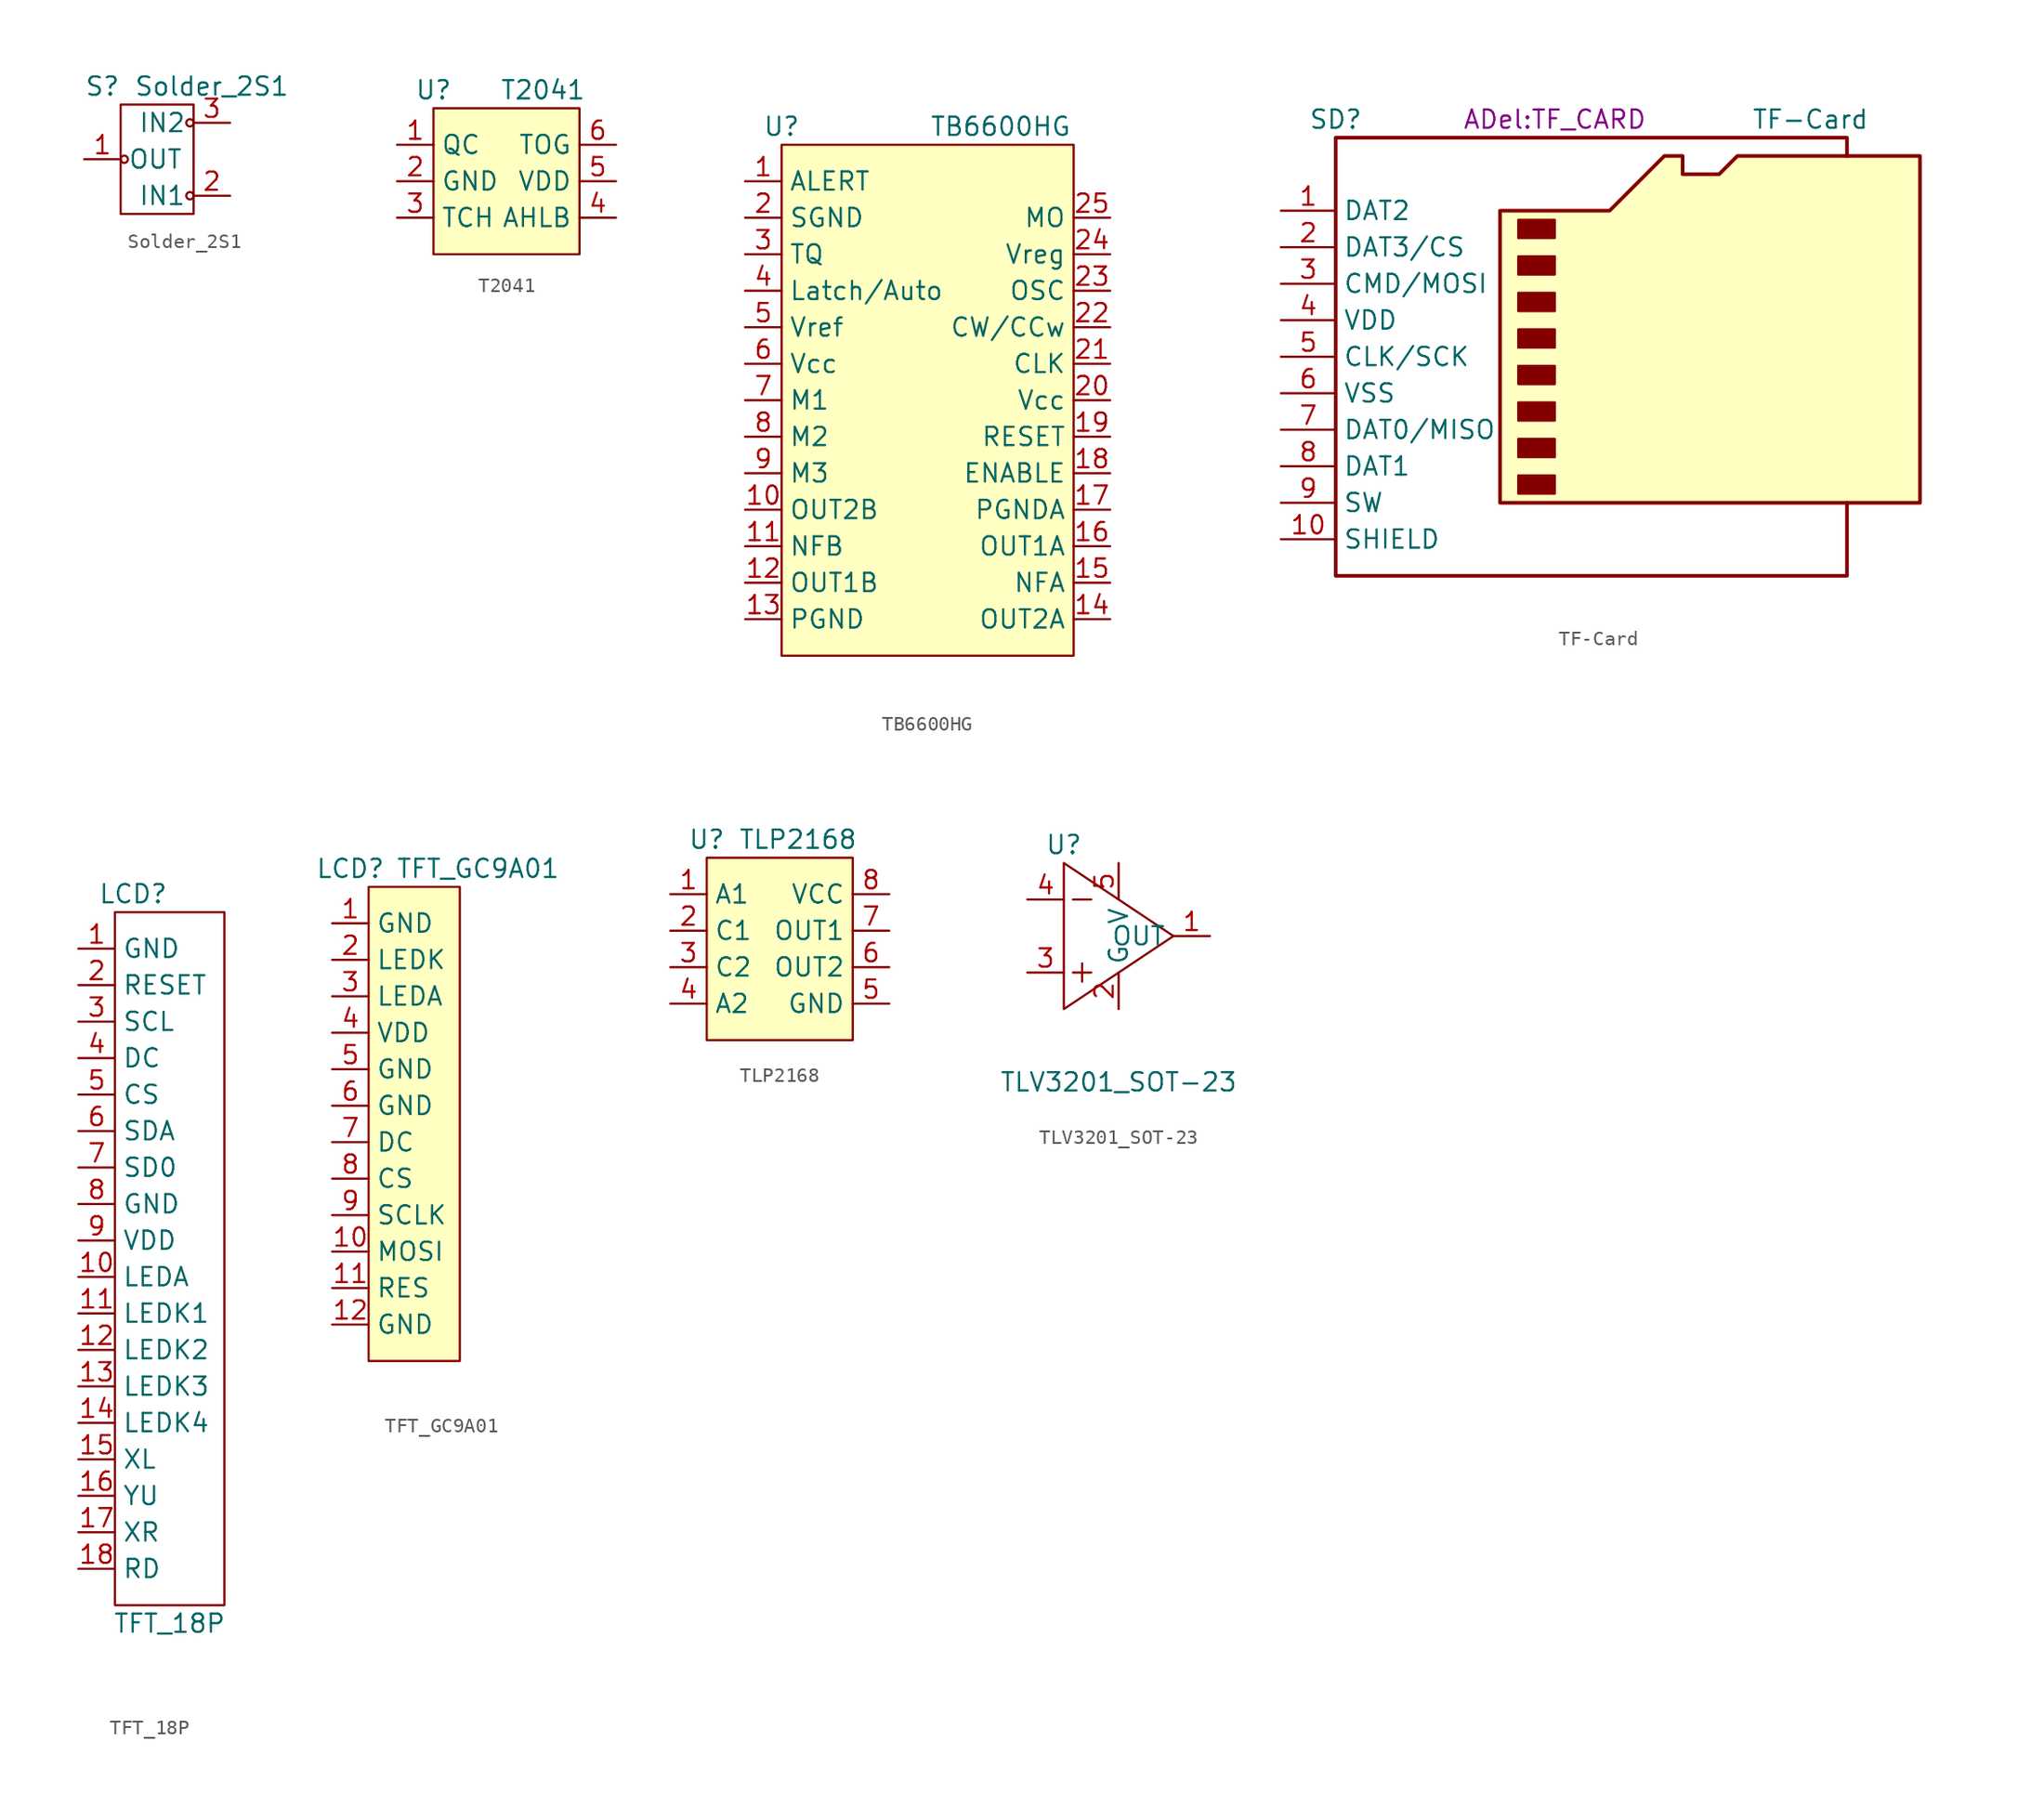
<source format=kicad_sym>
(kicad_symbol_lib
  (version 20220914)
  (generator kicad_symbol_editor)
  (symbol "Solder_2S1"
    (property "Reference" "S"
      (at -1.27 5.08 0)
      (effects (font (size 1.27 1.27))))
    (property "Value" "Solder_2S1"
      (at 6.35 5.08 0)
      (effects (font (size 1.27 1.27))))
    (symbol "Solder_2S1_0_1"
      (rectangle (start 0 3.81) (end 5.08 -3.81) (stroke (width 0) (type default)) (fill (type none)))
      (circle (center 0.254 0) (radius 0.254) (stroke (width 0) (type default)) (fill (type none)))
      (circle (center 4.826 -2.54) (radius 0.254) (stroke (width 0) (type default)) (fill (type none)))
      (circle (center 4.826 2.54) (radius 0.254) (stroke (width 0) (type default)) (fill (type none))))
    (symbol "Solder_2S1_1_1"
      (pin passive line (at -2.54 0 0) (length 2.54) (name "OUT" (effects (font (size 1.27 1.27)))) (number "1" (effects (font (size 1.27 1.27)))))
      (pin passive line (at 7.62 -2.54 180) (length 2.54) (name "IN1" (effects (font (size 1.27 1.27)))) (number "2" (effects (font (size 1.27 1.27)))))
      (pin passive line (at 7.62 2.54 180) (length 2.54) (name "IN2" (effects (font (size 1.27 1.27)))) (number "3" (effects (font (size 1.27 1.27)))))))
  (symbol "T2041"
    (property "Reference" "U"
      (at 0 1.27 0)
      (effects (font (size 1.27 1.27))))
    (property "Value" "T2041"
      (at 7.62 1.27 0)
      (effects (font (size 1.27 1.27))))
    (symbol "T2041_0_1"
      (rectangle (start 0 0) (end 10.16 -10.16) (stroke (width 0) (type default)) (fill (type background))))
    (symbol "T2041_1_1"
      (pin output line (at -2.54 -2.54 0) (length 2.54) (name "QC" (effects (font (size 1.27 1.27)))) (number "1" (effects (font (size 1.27 1.27)))))
      (pin power_in line (at -2.54 -5.08 0) (length 2.54) (name "GND" (effects (font (size 1.27 1.27)))) (number "2" (effects (font (size 1.27 1.27)))))
      (pin input line (at -2.54 -7.62 0) (length 2.54) (name "TCH" (effects (font (size 1.27 1.27)))) (number "3" (effects (font (size 1.27 1.27)))))
      (pin input line (at 12.7 -7.62 180) (length 2.54) (name "AHLB" (effects (font (size 1.27 1.27)))) (number "4" (effects (font (size 1.27 1.27)))))
      (pin power_in line (at 12.7 -5.08 180) (length 2.54) (name "VDD" (effects (font (size 1.27 1.27)))) (number "5" (effects (font (size 1.27 1.27)))))
      (pin input line (at 12.7 -2.54 180) (length 2.54) (name "TOG" (effects (font (size 1.27 1.27)))) (number "6" (effects (font (size 1.27 1.27)))))))
  (symbol "TB6600HG"
    (property "Reference" "U"
      (at 0 1.27 0)
      (effects (font (size 1.27 1.27))))
    (property "Value" "TB6600HG"
      (at 15.24 1.27 0)
      (effects (font (size 1.27 1.27))))
    (symbol "TB6600HG_0_1"
      (rectangle (start 0 0) (end 20.32 -35.56) (stroke (width 0) (type default)) (fill (type background))))
    (symbol "TB6600HG_1_1"
      (pin bidirectional line (at -2.54 -2.54 0) (length 2.54) (name "ALERT" (effects (font (size 1.27 1.27)))) (number "1" (effects (font (size 1.27 1.27)))))
      (pin output line (at -2.54 -25.4 0) (length 2.54) (name "OUT2B" (effects (font (size 1.27 1.27)))) (number "10" (effects (font (size 1.27 1.27)))))
      (pin bidirectional line (at -2.54 -27.94 0) (length 2.54) (name "NFB" (effects (font (size 1.27 1.27)))) (number "11" (effects (font (size 1.27 1.27)))))
      (pin output line (at -2.54 -30.48 0) (length 2.54) (name "OUT1B" (effects (font (size 1.27 1.27)))) (number "12" (effects (font (size 1.27 1.27)))))
      (pin power_in line (at -2.54 -33.02 0) (length 2.54) (name "PGND" (effects (font (size 1.27 1.27)))) (number "13" (effects (font (size 1.27 1.27)))))
      (pin output line (at 22.86 -33.02 180) (length 2.54) (name "OUT2A" (effects (font (size 1.27 1.27)))) (number "14" (effects (font (size 1.27 1.27)))))
      (pin bidirectional line (at 22.86 -30.48 180) (length 2.54) (name "NFA" (effects (font (size 1.27 1.27)))) (number "15" (effects (font (size 1.27 1.27)))))
      (pin output line (at 22.86 -27.94 180) (length 2.54) (name "OUT1A" (effects (font (size 1.27 1.27)))) (number "16" (effects (font (size 1.27 1.27)))))
      (pin power_in line (at 22.86 -25.4 180) (length 2.54) (name "PGNDA" (effects (font (size 1.27 1.27)))) (number "17" (effects (font (size 1.27 1.27)))))
      (pin input line (at 22.86 -22.86 180) (length 2.54) (name "ENABLE" (effects (font (size 1.27 1.27)))) (number "18" (effects (font (size 1.27 1.27)))))
      (pin input line (at 22.86 -20.32 180) (length 2.54) (name "RESET" (effects (font (size 1.27 1.27)))) (number "19" (effects (font (size 1.27 1.27)))))
      (pin power_in line (at -2.54 -5.08 0) (length 2.54) (name "SGND" (effects (font (size 1.27 1.27)))) (number "2" (effects (font (size 1.27 1.27)))))
      (pin power_in line (at 22.86 -17.78 180) (length 2.54) (name "Vcc" (effects (font (size 1.27 1.27)))) (number "20" (effects (font (size 1.27 1.27)))))
      (pin input line (at 22.86 -15.24 180) (length 2.54) (name "CLK" (effects (font (size 1.27 1.27)))) (number "21" (effects (font (size 1.27 1.27)))))
      (pin input line (at 22.86 -12.7 180) (length 2.54) (name "CW/CCw" (effects (font (size 1.27 1.27)))) (number "22" (effects (font (size 1.27 1.27)))))
      (pin bidirectional line (at 22.86 -10.16 180) (length 2.54) (name "OSC" (effects (font (size 1.27 1.27)))) (number "23" (effects (font (size 1.27 1.27)))))
      (pin bidirectional line (at 22.86 -7.62 180) (length 2.54) (name "Vreg" (effects (font (size 1.27 1.27)))) (number "24" (effects (font (size 1.27 1.27)))))
      (pin bidirectional line (at 22.86 -5.08 180) (length 2.54) (name "MO" (effects (font (size 1.27 1.27)))) (number "25" (effects (font (size 1.27 1.27)))))
      (pin bidirectional line (at -2.54 -7.62 0) (length 2.54) (name "TQ" (effects (font (size 1.27 1.27)))) (number "3" (effects (font (size 1.27 1.27)))))
      (pin bidirectional line (at -2.54 -10.16 0) (length 2.54) (name "Latch/Auto" (effects (font (size 1.27 1.27)))) (number "4" (effects (font (size 1.27 1.27)))))
      (pin input line (at -2.54 -12.7 0) (length 2.54) (name "Vref" (effects (font (size 1.27 1.27)))) (number "5" (effects (font (size 1.27 1.27)))))
      (pin power_in line (at -2.54 -15.24 0) (length 2.54) (name "Vcc" (effects (font (size 1.27 1.27)))) (number "6" (effects (font (size 1.27 1.27)))))
      (pin input line (at -2.54 -17.78 0) (length 2.54) (name "M1" (effects (font (size 1.27 1.27)))) (number "7" (effects (font (size 1.27 1.27)))))
      (pin input line (at -2.54 -20.32 0) (length 2.54) (name "M2" (effects (font (size 1.27 1.27)))) (number "8" (effects (font (size 1.27 1.27)))))
      (pin input line (at -2.54 -22.86 0) (length 2.54) (name "M3" (effects (font (size 1.27 1.27)))) (number "9" (effects (font (size 1.27 1.27)))))))
  (symbol "TF-Card"
    (property "Reference" "SD"
      (at 0 1.27 0)
      (effects (font (size 1.27 1.27))))
    (property "Value" "TF-Card"
      (at 33.02 1.27 0)
      (effects (font (size 1.27 1.27))))
    (property "Footprint" "ADel:TF_CARD"
      (at 15.24 1.27 0)
      (effects (font (size 1.27 1.27))))
    (symbol "TF-Card_0_1"
      (polyline (pts (xy 35.56 -1.27) (xy 35.56 0) (xy 0 0) (xy 0 -30.48) (xy 35.56 -30.48) (xy 35.56 -25.4)) (stroke (width 0.254) (type default)) (fill (type none)))
      (polyline (pts (xy 11.43 -25.4) (xy 11.43 -5.08) (xy 19.05 -5.08) (xy 22.86 -1.27) (xy 24.13 -1.27) (xy 24.13 -2.54) (xy 26.67 -2.54) (xy 27.94 -1.27) (xy 40.64 -1.27) (xy 40.64 -25.4) (xy 11.43 -25.4)) (stroke (width 0.254) (type default)) (fill (type background)))
      (rectangle (start 12.7 -23.495) (end 15.24 -24.765) (stroke (width 0) (type default)) (fill (type outline)))
      (rectangle (start 12.7 -20.955) (end 15.24 -22.225) (stroke (width 0) (type default)) (fill (type outline)))
      (rectangle (start 12.7 -18.415) (end 15.24 -19.685) (stroke (width 0) (type default)) (fill (type outline)))
      (rectangle (start 12.7 -15.875) (end 15.24 -17.145) (stroke (width 0) (type default)) (fill (type outline)))
      (rectangle (start 12.7 -13.335) (end 15.24 -14.605) (stroke (width 0) (type default)) (fill (type outline)))
      (rectangle (start 12.7 -10.795) (end 15.24 -12.065) (stroke (width 0) (type default)) (fill (type outline)))
      (rectangle (start 12.7 -8.255) (end 15.24 -9.525) (stroke (width 0) (type default)) (fill (type outline)))
      (rectangle (start 12.7 -5.715) (end 15.24 -6.985) (stroke (width 0) (type default)) (fill (type outline))))
    (symbol "TF-Card_1_1"
      (pin bidirectional line (at -3.81 -5.08 0) (length 3.81) (name "DAT2" (effects (font (size 1.27 1.27)))) (number "1" (effects (font (size 1.27 1.27)))))
      (pin passive line (at -3.81 -27.94 0) (length 3.81) (name "SHIELD" (effects (font (size 1.27 1.27)))) (number "10" (effects (font (size 1.27 1.27)))))
      (pin bidirectional line (at -3.81 -7.62 0) (length 3.81) (name "DAT3/CS" (effects (font (size 1.27 1.27)))) (number "2" (effects (font (size 1.27 1.27)))))
      (pin input line (at -3.81 -10.16 0) (length 3.81) (name "CMD/MOSI" (effects (font (size 1.27 1.27)))) (number "3" (effects (font (size 1.27 1.27)))))
      (pin power_in line (at -3.81 -12.7 0) (length 3.81) (name "VDD" (effects (font (size 1.27 1.27)))) (number "4" (effects (font (size 1.27 1.27)))))
      (pin input line (at -3.81 -15.24 0) (length 3.81) (name "CLK/SCK" (effects (font (size 1.27 1.27)))) (number "5" (effects (font (size 1.27 1.27)))))
      (pin power_in line (at -3.81 -17.78 0) (length 3.81) (name "VSS" (effects (font (size 1.27 1.27)))) (number "6" (effects (font (size 1.27 1.27)))))
      (pin bidirectional line (at -3.81 -20.32 0) (length 3.81) (name "DAT0/MISO" (effects (font (size 1.27 1.27)))) (number "7" (effects (font (size 1.27 1.27)))))
      (pin bidirectional line (at -3.81 -22.86 0) (length 3.81) (name "DAT1" (effects (font (size 1.27 1.27)))) (number "8" (effects (font (size 1.27 1.27)))))
      (pin bidirectional line (at -3.81 -25.4 0) (length 3.81) (name "SW" (effects (font (size 1.27 1.27)))) (number "9" (effects (font (size 1.27 1.27)))))))
  (symbol "TFT_18P"
    (property "Reference" "LCD"
      (at 1.27 1.27 0)
      (effects (font (size 1.27 1.27))))
    (property "Value" "TFT_18P"
      (at 3.81 -49.53 0)
      (effects (font (size 1.27 1.27))))
    (symbol "TFT_18P_0_1"
      (rectangle (start 0 0) (end 7.62 -48.26) (stroke (width 0) (type default)) (fill (type none))))
    (symbol "TFT_18P_1_1"
      (pin power_in line (at -2.54 -2.54 0) (length 2.54) (name "GND" (effects (font (size 1.27 1.27)))) (number "1" (effects (font (size 1.27 1.27)))))
      (pin passive line (at -2.54 -25.4 0) (length 2.54) (name "LEDA" (effects (font (size 1.27 1.27)))) (number "10" (effects (font (size 1.27 1.27)))))
      (pin passive line (at -2.54 -27.94 0) (length 2.54) (name "LEDK1" (effects (font (size 1.27 1.27)))) (number "11" (effects (font (size 1.27 1.27)))))
      (pin passive line (at -2.54 -30.48 0) (length 2.54) (name "LEDK2" (effects (font (size 1.27 1.27)))) (number "12" (effects (font (size 1.27 1.27)))))
      (pin passive line (at -2.54 -33.02 0) (length 2.54) (name "LEDK3" (effects (font (size 1.27 1.27)))) (number "13" (effects (font (size 1.27 1.27)))))
      (pin passive line (at -2.54 -35.56 0) (length 2.54) (name "LEDK4" (effects (font (size 1.27 1.27)))) (number "14" (effects (font (size 1.27 1.27)))))
      (pin passive line (at -2.54 -38.1 0) (length 2.54) (name "XL" (effects (font (size 1.27 1.27)))) (number "15" (effects (font (size 1.27 1.27)))))
      (pin passive line (at -2.54 -40.64 0) (length 2.54) (name "YU" (effects (font (size 1.27 1.27)))) (number "16" (effects (font (size 1.27 1.27)))))
      (pin passive line (at -2.54 -43.18 0) (length 2.54) (name "XR" (effects (font (size 1.27 1.27)))) (number "17" (effects (font (size 1.27 1.27)))))
      (pin passive line (at -2.54 -45.72 0) (length 2.54) (name "RD" (effects (font (size 1.27 1.27)))) (number "18" (effects (font (size 1.27 1.27)))))
      (pin passive line (at -2.54 -5.08 0) (length 2.54) (name "RESET" (effects (font (size 1.27 1.27)))) (number "2" (effects (font (size 1.27 1.27)))))
      (pin passive line (at -2.54 -7.62 0) (length 2.54) (name "SCL" (effects (font (size 1.27 1.27)))) (number "3" (effects (font (size 1.27 1.27)))))
      (pin passive line (at -2.54 -10.16 0) (length 2.54) (name "DC" (effects (font (size 1.27 1.27)))) (number "4" (effects (font (size 1.27 1.27)))))
      (pin passive line (at -2.54 -12.7 0) (length 2.54) (name "CS" (effects (font (size 1.27 1.27)))) (number "5" (effects (font (size 1.27 1.27)))))
      (pin passive line (at -2.54 -15.24 0) (length 2.54) (name "SDA" (effects (font (size 1.27 1.27)))) (number "6" (effects (font (size 1.27 1.27)))))
      (pin passive line (at -2.54 -17.78 0) (length 2.54) (name "SD0" (effects (font (size 1.27 1.27)))) (number "7" (effects (font (size 1.27 1.27)))))
      (pin power_out line (at -2.54 -20.32 0) (length 2.54) (name "GND" (effects (font (size 1.27 1.27)))) (number "8" (effects (font (size 1.27 1.27)))))
      (pin power_in line (at -2.54 -22.86 0) (length 2.54) (name "VDD" (effects (font (size 1.27 1.27)))) (number "9" (effects (font (size 1.27 1.27)))))))
  (symbol "TFT_GC9A01"
    (property "Reference" "LCD"
      (at -1.27 1.27 0)
      (effects (font (size 1.27 1.27))))
    (property "Value" "TFT_GC9A01"
      (at 7.62 1.27 0)
      (effects (font (size 1.27 1.27))))
    (symbol "TFT_GC9A01_0_1"
      (rectangle (start 0 0) (end 6.35 -33.02) (stroke (width 0) (type default)) (fill (type background))))
    (symbol "TFT_GC9A01_1_1"
      (pin power_in line (at -2.54 -2.54 0) (length 2.54) (name "GND" (effects (font (size 1.27 1.27)))) (number "1" (effects (font (size 1.27 1.27)))))
      (pin input line (at -2.54 -25.4 0) (length 2.54) (name "MOSI" (effects (font (size 1.27 1.27)))) (number "10" (effects (font (size 1.27 1.27)))))
      (pin input line (at -2.54 -27.94 0) (length 2.54) (name "RES" (effects (font (size 1.27 1.27)))) (number "11" (effects (font (size 1.27 1.27)))))
      (pin power_in line (at -2.54 -30.48 0) (length 2.54) (name "GND" (effects (font (size 1.27 1.27)))) (number "12" (effects (font (size 1.27 1.27)))))
      (pin output line (at -2.54 -5.08 0) (length 2.54) (name "LEDK" (effects (font (size 1.27 1.27)))) (number "2" (effects (font (size 1.27 1.27)))))
      (pin input line (at -2.54 -7.62 0) (length 2.54) (name "LEDA" (effects (font (size 1.27 1.27)))) (number "3" (effects (font (size 1.27 1.27)))))
      (pin power_in line (at -2.54 -10.16 0) (length 2.54) (name "VDD" (effects (font (size 1.27 1.27)))) (number "4" (effects (font (size 1.27 1.27)))))
      (pin power_in line (at -2.54 -12.7 0) (length 2.54) (name "GND" (effects (font (size 1.27 1.27)))) (number "5" (effects (font (size 1.27 1.27)))))
      (pin power_in line (at -2.54 -15.24 0) (length 2.54) (name "GND" (effects (font (size 1.27 1.27)))) (number "6" (effects (font (size 1.27 1.27)))))
      (pin input line (at -2.54 -17.78 0) (length 2.54) (name "DC" (effects (font (size 1.27 1.27)))) (number "7" (effects (font (size 1.27 1.27)))))
      (pin input line (at -2.54 -20.32 0) (length 2.54) (name "CS" (effects (font (size 1.27 1.27)))) (number "8" (effects (font (size 1.27 1.27)))))
      (pin input line (at -2.54 -22.86 0) (length 2.54) (name "SCLK" (effects (font (size 1.27 1.27)))) (number "9" (effects (font (size 1.27 1.27)))))))
  (symbol "TLP2168"
    (property "Reference" "U"
      (at 0 1.27 0)
      (effects (font (size 1.27 1.27))))
    (property "Value" "TLP2168"
      (at 6.35 1.27 0)
      (effects (font (size 1.27 1.27))))
    (symbol "TLP2168_0_1"
      (rectangle (start 0 0) (end 10.16 -12.7) (stroke (width 0) (type default)) (fill (type background))))
    (symbol "TLP2168_1_1"
      (pin bidirectional line (at -2.54 -2.54 0) (length 2.54) (name "A1" (effects (font (size 1.27 1.27)))) (number "1" (effects (font (size 1.27 1.27)))))
      (pin bidirectional line (at -2.54 -5.08 0) (length 2.54) (name "C1" (effects (font (size 1.27 1.27)))) (number "2" (effects (font (size 1.27 1.27)))))
      (pin bidirectional line (at -2.54 -7.62 0) (length 2.54) (name "C2" (effects (font (size 1.27 1.27)))) (number "3" (effects (font (size 1.27 1.27)))))
      (pin bidirectional line (at -2.54 -10.16 0) (length 2.54) (name "A2" (effects (font (size 1.27 1.27)))) (number "4" (effects (font (size 1.27 1.27)))))
      (pin power_in line (at 12.7 -10.16 180) (length 2.54) (name "GND" (effects (font (size 1.27 1.27)))) (number "5" (effects (font (size 1.27 1.27)))))
      (pin output line (at 12.7 -7.62 180) (length 2.54) (name "OUT2" (effects (font (size 1.27 1.27)))) (number "6" (effects (font (size 1.27 1.27)))))
      (pin output line (at 12.7 -5.08 180) (length 2.54) (name "OUT1" (effects (font (size 1.27 1.27)))) (number "7" (effects (font (size 1.27 1.27)))))
      (pin power_in line (at 12.7 -2.54 180) (length 2.54) (name "VCC" (effects (font (size 1.27 1.27)))) (number "8" (effects (font (size 1.27 1.27)))))))
  (symbol "TLV3201_SOT-23"
    (property "Reference" "U"
      (at 0 6.35 0)
      (effects (font (size 1.27 1.27))))
    (property "Value" "TLV3201_SOT-23"
      (at 3.81 -10.16 0)
      (effects (font (size 1.27 1.27))))
    (symbol "TLV3201_SOT-23_0_1"
      (polyline (pts (xy 0.635 -2.54) (xy 1.905 -2.54)) (stroke (width 0) (type default)) (fill (type none)))
      (polyline (pts (xy 0.635 2.54) (xy 1.905 2.54)) (stroke (width 0) (type default)) (fill (type none)))
      (polyline (pts (xy 1.27 -1.905) (xy 1.27 -3.175)) (stroke (width 0) (type default)) (fill (type none)))
      (polyline (pts (xy 0 5.08) (xy 7.62 0) (xy 0 -5.08) (xy 0 5.08)) (stroke (width 0) (type default)) (fill (type none))))
    (symbol "TLV3201_SOT-23_1_1"
      (pin output line (at 10.16 0 180) (length 2.54) (name "OUT" (effects (font (size 1.27 1.27)))) (number "1" (effects (font (size 1.27 1.27)))))
      (pin power_in line (at 3.81 -5.08 90) (length 2.54) (name "G" (effects (font (size 1.27 1.27)))) (number "2" (effects (font (size 1.27 1.27)))))
      (pin input line (at -2.54 -2.54 0) (length 2.54) (name "~" (effects (font (size 1.27 1.27)))) (number "3" (effects (font (size 1.27 1.27)))))
      (pin input line (at -2.54 2.54 0) (length 2.54) (name "~" (effects (font (size 1.27 1.27)))) (number "4" (effects (font (size 1.27 1.27)))))
      (pin power_in line (at 3.81 5.08 270) (length 2.54) (name "V" (effects (font (size 1.27 1.27)))) (number "5" (effects (font (size 1.27 1.27))))))))
</source>
